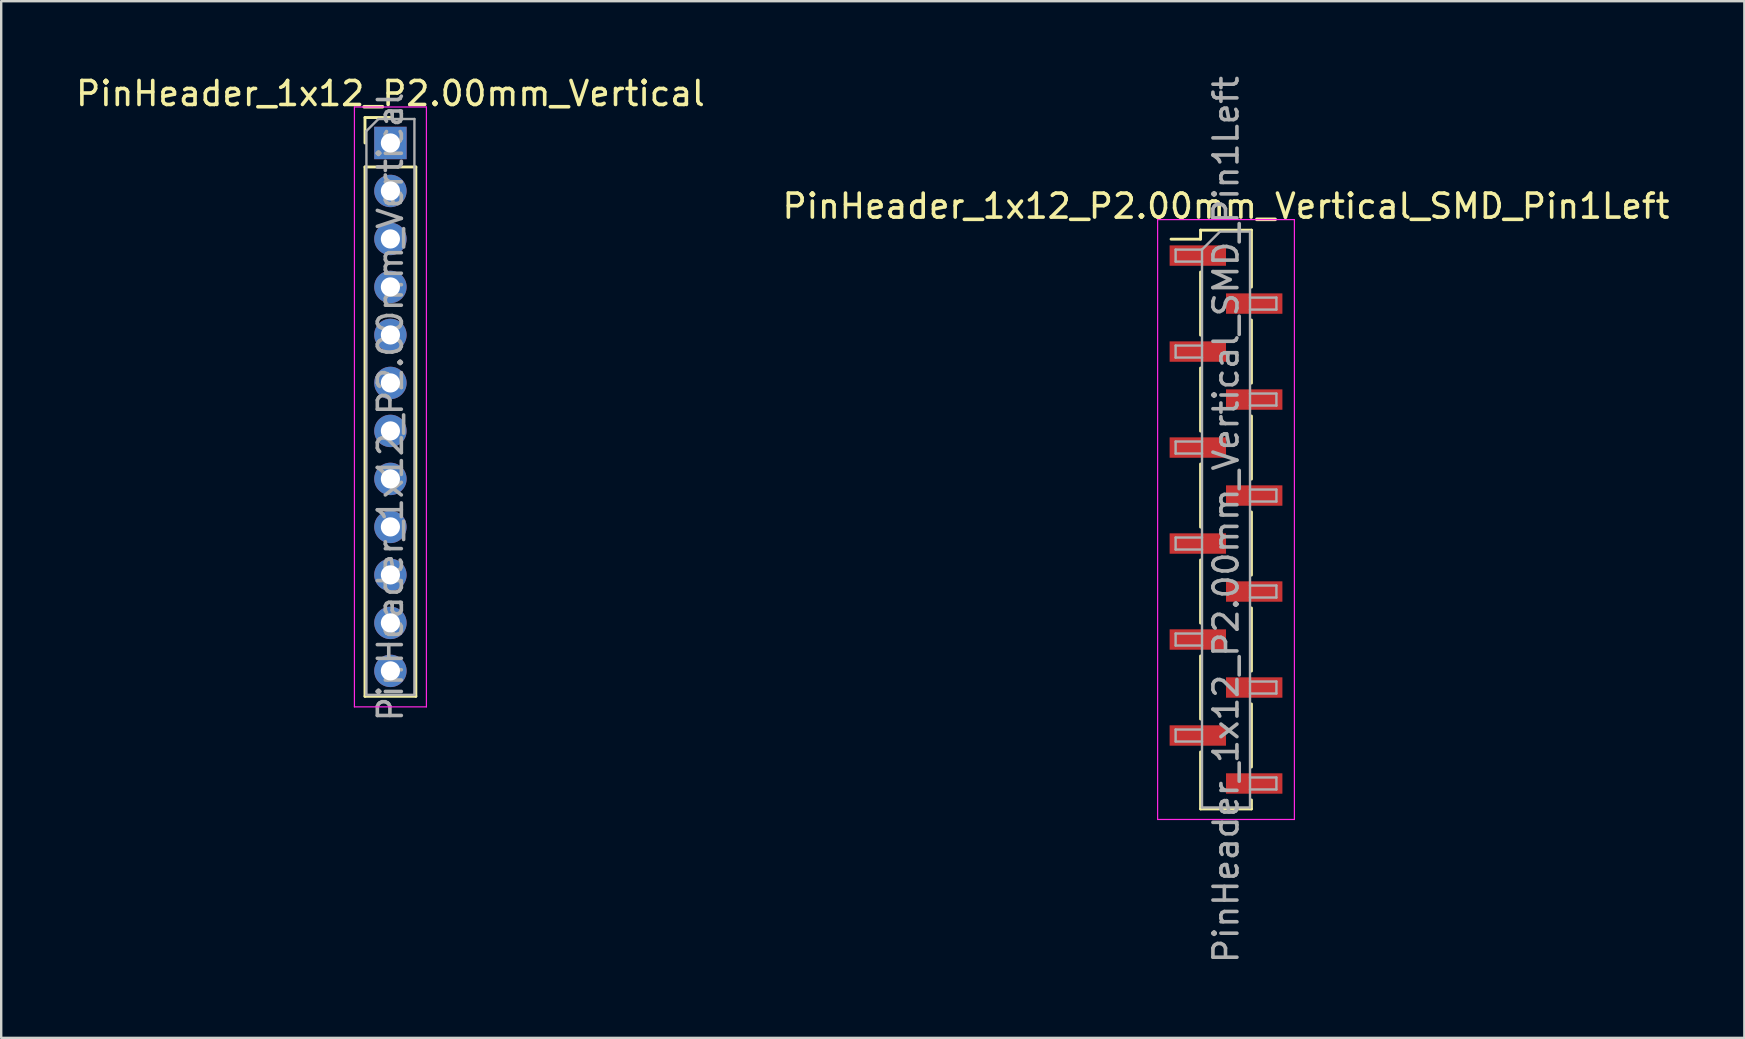
<source format=kicad_pcb>
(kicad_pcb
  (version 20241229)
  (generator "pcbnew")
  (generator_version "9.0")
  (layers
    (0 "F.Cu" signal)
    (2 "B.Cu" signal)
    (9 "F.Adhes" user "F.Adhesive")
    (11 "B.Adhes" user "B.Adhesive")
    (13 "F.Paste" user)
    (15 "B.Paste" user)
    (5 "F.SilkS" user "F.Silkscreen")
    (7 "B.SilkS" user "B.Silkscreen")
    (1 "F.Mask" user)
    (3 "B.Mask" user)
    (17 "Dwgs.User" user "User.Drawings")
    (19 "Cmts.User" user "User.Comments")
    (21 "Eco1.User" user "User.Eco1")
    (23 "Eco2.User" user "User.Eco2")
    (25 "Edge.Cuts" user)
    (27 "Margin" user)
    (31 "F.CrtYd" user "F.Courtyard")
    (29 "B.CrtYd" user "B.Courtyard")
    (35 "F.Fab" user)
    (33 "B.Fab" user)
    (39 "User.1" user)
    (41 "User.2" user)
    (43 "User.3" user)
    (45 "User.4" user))
  (footprint "PinHeader_1x12_P2.00mm_Vertical"
    (layer "F.Cu")
    (at 13.22 2.908)
    (property "Reference" "PinHeader_1x12_P2.00mm_Vertical" (at 0 -2.06 0) (layer "F.SilkS") (effects (font (size 1 1) (thickness 0.15))))
    (attr through_hole)
    (fp_line (start -1.06 -1.06) (end 0 -1.06) (stroke (width 0.12) (type solid)) (layer "F.SilkS"))
    (fp_line (start -1.06 0) (end -1.06 -1.06) (stroke (width 0.12) (type solid)) (layer "F.SilkS"))
    (fp_line (start -1.06 1) (end -1.06 23.06) (stroke (width 0.12) (type solid)) (layer "F.SilkS"))
    (fp_line (start -1.06 1) (end 1.06 1) (stroke (width 0.12) (type solid)) (layer "F.SilkS"))
    (fp_line (start -1.06 23.06) (end 1.06 23.06) (stroke (width 0.12) (type solid)) (layer "F.SilkS"))
    (fp_line (start 1.06 1) (end 1.06 23.06) (stroke (width 0.12) (type solid)) (layer "F.SilkS"))
    (fp_line (start -1.5 -1.5) (end -1.5 23.5) (stroke (width 0.05) (type solid)) (layer "F.CrtYd"))
    (fp_line (start -1.5 23.5) (end 1.5 23.5) (stroke (width 0.05) (type solid)) (layer "F.CrtYd"))
    (fp_line (start 1.5 -1.5) (end -1.5 -1.5) (stroke (width 0.05) (type solid)) (layer "F.CrtYd"))
    (fp_line (start 1.5 23.5) (end 1.5 -1.5) (stroke (width 0.05) (type solid)) (layer "F.CrtYd"))
    (fp_line (start -1 -0.5) (end -0.5 -1) (stroke (width 0.1) (type solid)) (layer "F.Fab"))
    (fp_line (start -1 23) (end -1 -0.5) (stroke (width 0.1) (type solid)) (layer "F.Fab"))
    (fp_line (start -0.5 -1) (end 1 -1) (stroke (width 0.1) (type solid)) (layer "F.Fab"))
    (fp_line (start 1 -1) (end 1 23) (stroke (width 0.1) (type solid)) (layer "F.Fab"))
    (fp_line (start 1 23) (end -1 23) (stroke (width 0.1) (type solid)) (layer "F.Fab"))
    (fp_text user "${REFERENCE}" (at 0 11 90) (layer "F.Fab") (effects (font (size 1 1) (thickness 0.15))))
    (pad "1" thru_hole rect (at 0 0) (size 1.35 1.35) (drill 0.8) (layers "*.Cu" "*.Mask"))
    (pad "2" thru_hole oval (at 0 2) (size 1.35 1.35) (drill 0.8) (layers "*.Cu" "*.Mask"))
    (pad "3" thru_hole oval (at 0 4) (size 1.35 1.35) (drill 0.8) (layers "*.Cu" "*.Mask"))
    (pad "4" thru_hole oval (at 0 6) (size 1.35 1.35) (drill 0.8) (layers "*.Cu" "*.Mask"))
    (pad "5" thru_hole oval (at 0 8) (size 1.35 1.35) (drill 0.8) (layers "*.Cu" "*.Mask"))
    (pad "6" thru_hole oval (at 0 10) (size 1.35 1.35) (drill 0.8) (layers "*.Cu" "*.Mask"))
    (pad "7" thru_hole oval (at 0 12) (size 1.35 1.35) (drill 0.8) (layers "*.Cu" "*.Mask"))
    (pad "8" thru_hole oval (at 0 14) (size 1.35 1.35) (drill 0.8) (layers "*.Cu" "*.Mask"))
    (pad "9" thru_hole oval (at 0 16) (size 1.35 1.35) (drill 0.8) (layers "*.Cu" "*.Mask"))
    (pad "10" thru_hole oval (at 0 18) (size 1.35 1.35) (drill 0.8) (layers "*.Cu" "*.Mask"))
    (pad "11" thru_hole oval (at 0 20) (size 1.35 1.35) (drill 0.8) (layers "*.Cu" "*.Mask"))
    (pad "12" thru_hole oval (at 0 22) (size 1.35 1.35) (drill 0.8) (layers "*.Cu" "*.Mask")))
  (footprint "PinHeader_1x12_P2.00mm_Vertical_SMD_Pin1Left"
    (layer "F.Cu")
    (at 48.042 18.601)
    (property "Reference" "PinHeader_1x12_P2.00mm_Vertical_SMD_Pin1Left" (at 0 -13.06 0) (layer "F.SilkS") (effects (font (size 1 1) (thickness 0.15))))
    (attr smd)
    (fp_line (start -1.06 -12.06) (end -1.06 -11.685) (stroke (width 0.12) (type solid)) (layer "F.SilkS"))
    (fp_line (start -1.06 -12.06) (end 1.06 -12.06) (stroke (width 0.12) (type solid)) (layer "F.SilkS"))
    (fp_line (start -1.06 -11.685) (end -2.29 -11.685) (stroke (width 0.12) (type solid)) (layer "F.SilkS"))
    (fp_line (start -1.06 -10.315) (end -1.06 -7.685) (stroke (width 0.12) (type solid)) (layer "F.SilkS"))
    (fp_line (start -1.06 -6.315) (end -1.06 -3.685) (stroke (width 0.12) (type solid)) (layer "F.SilkS"))
    (fp_line (start -1.06 -2.315) (end -1.06 0.315) (stroke (width 0.12) (type solid)) (layer "F.SilkS"))
    (fp_line (start -1.06 1.685) (end -1.06 4.315) (stroke (width 0.12) (type solid)) (layer "F.SilkS"))
    (fp_line (start -1.06 5.685) (end -1.06 8.315) (stroke (width 0.12) (type solid)) (layer "F.SilkS"))
    (fp_line (start -1.06 9.685) (end -1.06 12.06) (stroke (width 0.12) (type solid)) (layer "F.SilkS"))
    (fp_line (start -1.06 12.06) (end 1.06 12.06) (stroke (width 0.12) (type solid)) (layer "F.SilkS"))
    (fp_line (start 1.06 -12.06) (end 1.06 -9.685) (stroke (width 0.12) (type solid)) (layer "F.SilkS"))
    (fp_line (start 1.06 -8.315) (end 1.06 -5.685) (stroke (width 0.12) (type solid)) (layer "F.SilkS"))
    (fp_line (start 1.06 -4.315) (end 1.06 -1.685) (stroke (width 0.12) (type solid)) (layer "F.SilkS"))
    (fp_line (start 1.06 -0.315) (end 1.06 2.315) (stroke (width 0.12) (type solid)) (layer "F.SilkS"))
    (fp_line (start 1.06 3.685) (end 1.06 6.315) (stroke (width 0.12) (type solid)) (layer "F.SilkS"))
    (fp_line (start 1.06 7.685) (end 1.06 10.315) (stroke (width 0.12) (type solid)) (layer "F.SilkS"))
    (fp_line (start 1.06 11.685) (end 1.06 12.06) (stroke (width 0.12) (type solid)) (layer "F.SilkS"))
    (fp_line (start -2.85 -12.5) (end -2.85 12.5) (stroke (width 0.05) (type solid)) (layer "F.CrtYd"))
    (fp_line (start -2.85 12.5) (end 2.85 12.5) (stroke (width 0.05) (type solid)) (layer "F.CrtYd"))
    (fp_line (start 2.85 -12.5) (end -2.85 -12.5) (stroke (width 0.05) (type solid)) (layer "F.CrtYd"))
    (fp_line (start 2.85 12.5) (end 2.85 -12.5) (stroke (width 0.05) (type solid)) (layer "F.CrtYd"))
    (fp_line (start -2.1 -11.25) (end -2.1 -10.75) (stroke (width 0.1) (type solid)) (layer "F.Fab"))
    (fp_line (start -2.1 -10.75) (end -1 -10.75) (stroke (width 0.1) (type solid)) (layer "F.Fab"))
    (fp_line (start -2.1 -7.25) (end -2.1 -6.75) (stroke (width 0.1) (type solid)) (layer "F.Fab"))
    (fp_line (start -2.1 -6.75) (end -1 -6.75) (stroke (width 0.1) (type solid)) (layer "F.Fab"))
    (fp_line (start -2.1 -3.25) (end -2.1 -2.75) (stroke (width 0.1) (type solid)) (layer "F.Fab"))
    (fp_line (start -2.1 -2.75) (end -1 -2.75) (stroke (width 0.1) (type solid)) (layer "F.Fab"))
    (fp_line (start -2.1 0.75) (end -2.1 1.25) (stroke (width 0.1) (type solid)) (layer "F.Fab"))
    (fp_line (start -2.1 1.25) (end -1 1.25) (stroke (width 0.1) (type solid)) (layer "F.Fab"))
    (fp_line (start -2.1 4.75) (end -2.1 5.25) (stroke (width 0.1) (type solid)) (layer "F.Fab"))
    (fp_line (start -2.1 5.25) (end -1 5.25) (stroke (width 0.1) (type solid)) (layer "F.Fab"))
    (fp_line (start -2.1 8.75) (end -2.1 9.25) (stroke (width 0.1) (type solid)) (layer "F.Fab"))
    (fp_line (start -2.1 9.25) (end -1 9.25) (stroke (width 0.1) (type solid)) (layer "F.Fab"))
    (fp_line (start -1 -11.25) (end -2.1 -11.25) (stroke (width 0.1) (type solid)) (layer "F.Fab"))
    (fp_line (start -1 -11.25) (end -0.25 -12) (stroke (width 0.1) (type solid)) (layer "F.Fab"))
    (fp_line (start -1 -7.25) (end -2.1 -7.25) (stroke (width 0.1) (type solid)) (layer "F.Fab"))
    (fp_line (start -1 -3.25) (end -2.1 -3.25) (stroke (width 0.1) (type solid)) (layer "F.Fab"))
    (fp_line (start -1 0.75) (end -2.1 0.75) (stroke (width 0.1) (type solid)) (layer "F.Fab"))
    (fp_line (start -1 4.75) (end -2.1 4.75) (stroke (width 0.1) (type solid)) (layer "F.Fab"))
    (fp_line (start -1 8.75) (end -2.1 8.75) (stroke (width 0.1) (type solid)) (layer "F.Fab"))
    (fp_line (start -1 12) (end -1 -11.25) (stroke (width 0.1) (type solid)) (layer "F.Fab"))
    (fp_line (start -0.25 -12) (end 1 -12) (stroke (width 0.1) (type solid)) (layer "F.Fab"))
    (fp_line (start 1 -12) (end 1 12) (stroke (width 0.1) (type solid)) (layer "F.Fab"))
    (fp_line (start 1 -9.25) (end 2.1 -9.25) (stroke (width 0.1) (type solid)) (layer "F.Fab"))
    (fp_line (start 1 -5.25) (end 2.1 -5.25) (stroke (width 0.1) (type solid)) (layer "F.Fab"))
    (fp_line (start 1 -1.25) (end 2.1 -1.25) (stroke (width 0.1) (type solid)) (layer "F.Fab"))
    (fp_line (start 1 2.75) (end 2.1 2.75) (stroke (width 0.1) (type solid)) (layer "F.Fab"))
    (fp_line (start 1 6.75) (end 2.1 6.75) (stroke (width 0.1) (type solid)) (layer "F.Fab"))
    (fp_line (start 1 10.75) (end 2.1 10.75) (stroke (width 0.1) (type solid)) (layer "F.Fab"))
    (fp_line (start 1 12) (end -1 12) (stroke (width 0.1) (type solid)) (layer "F.Fab"))
    (fp_line (start 2.1 -9.25) (end 2.1 -8.75) (stroke (width 0.1) (type solid)) (layer "F.Fab"))
    (fp_line (start 2.1 -8.75) (end 1 -8.75) (stroke (width 0.1) (type solid)) (layer "F.Fab"))
    (fp_line (start 2.1 -5.25) (end 2.1 -4.75) (stroke (width 0.1) (type solid)) (layer "F.Fab"))
    (fp_line (start 2.1 -4.75) (end 1 -4.75) (stroke (width 0.1) (type solid)) (layer "F.Fab"))
    (fp_line (start 2.1 -1.25) (end 2.1 -0.75) (stroke (width 0.1) (type solid)) (layer "F.Fab"))
    (fp_line (start 2.1 -0.75) (end 1 -0.75) (stroke (width 0.1) (type solid)) (layer "F.Fab"))
    (fp_line (start 2.1 2.75) (end 2.1 3.25) (stroke (width 0.1) (type solid)) (layer "F.Fab"))
    (fp_line (start 2.1 3.25) (end 1 3.25) (stroke (width 0.1) (type solid)) (layer "F.Fab"))
    (fp_line (start 2.1 6.75) (end 2.1 7.25) (stroke (width 0.1) (type solid)) (layer "F.Fab"))
    (fp_line (start 2.1 7.25) (end 1 7.25) (stroke (width 0.1) (type solid)) (layer "F.Fab"))
    (fp_line (start 2.1 10.75) (end 2.1 11.25) (stroke (width 0.1) (type solid)) (layer "F.Fab"))
    (fp_line (start 2.1 11.25) (end 1 11.25) (stroke (width 0.1) (type solid)) (layer "F.Fab"))
    (fp_text user "${REFERENCE}" (at 0 0 90) (layer "F.Fab") (effects (font (size 1 1) (thickness 0.15))))
    (pad "1" smd rect (at -1.175 -11) (size 2.35 0.85) (layers "F.Cu" "F.Mask" "F.Paste"))
    (pad "2" smd rect (at 1.175 -9) (size 2.35 0.85) (layers "F.Cu" "F.Mask" "F.Paste"))
    (pad "3" smd rect (at -1.175 -7) (size 2.35 0.85) (layers "F.Cu" "F.Mask" "F.Paste"))
    (pad "4" smd rect (at 1.175 -5) (size 2.35 0.85) (layers "F.Cu" "F.Mask" "F.Paste"))
    (pad "5" smd rect (at -1.175 -3) (size 2.35 0.85) (layers "F.Cu" "F.Mask" "F.Paste"))
    (pad "6" smd rect (at 1.175 -1) (size 2.35 0.85) (layers "F.Cu" "F.Mask" "F.Paste"))
    (pad "7" smd rect (at -1.175 1) (size 2.35 0.85) (layers "F.Cu" "F.Mask" "F.Paste"))
    (pad "8" smd rect (at 1.175 3) (size 2.35 0.85) (layers "F.Cu" "F.Mask" "F.Paste"))
    (pad "9" smd rect (at -1.175 5) (size 2.35 0.85) (layers "F.Cu" "F.Mask" "F.Paste"))
    (pad "10" smd rect (at 1.175 7) (size 2.35 0.85) (layers "F.Cu" "F.Mask" "F.Paste"))
    (pad "11" smd rect (at -1.175 9) (size 2.35 0.85) (layers "F.Cu" "F.Mask" "F.Paste"))
    (pad "12" smd rect (at 1.175 11) (size 2.35 0.85) (layers "F.Cu" "F.Mask" "F.Paste")))
  (gr_rect
    (start -3 -3)
    (end 69.643 40.202)
    (stroke (width 0.1) (type default))
    (fill no)
    (layer "Edge.Cuts")))
</source>
